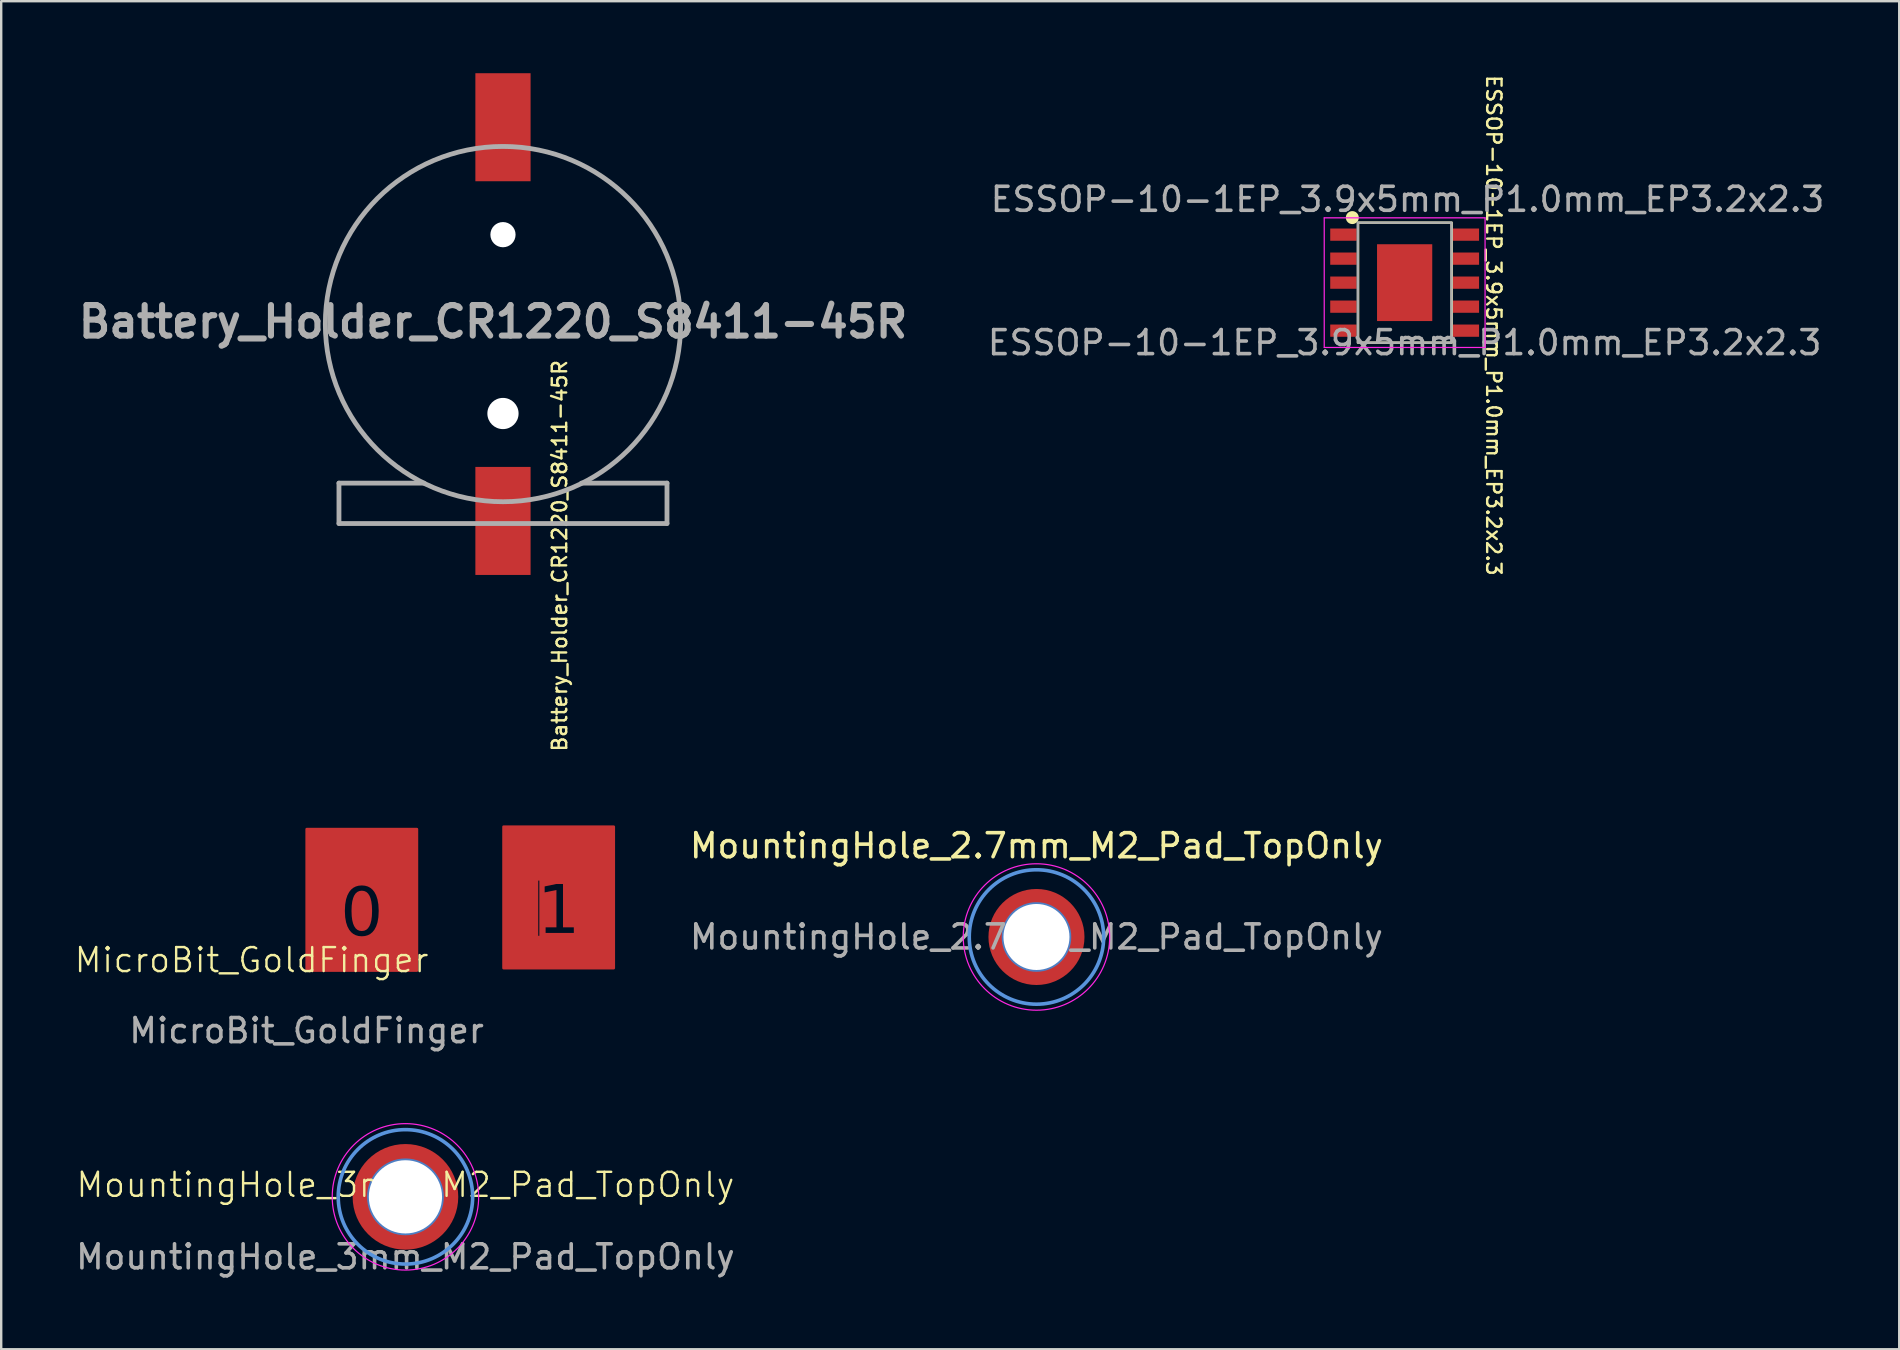
<source format=kicad_pcb>
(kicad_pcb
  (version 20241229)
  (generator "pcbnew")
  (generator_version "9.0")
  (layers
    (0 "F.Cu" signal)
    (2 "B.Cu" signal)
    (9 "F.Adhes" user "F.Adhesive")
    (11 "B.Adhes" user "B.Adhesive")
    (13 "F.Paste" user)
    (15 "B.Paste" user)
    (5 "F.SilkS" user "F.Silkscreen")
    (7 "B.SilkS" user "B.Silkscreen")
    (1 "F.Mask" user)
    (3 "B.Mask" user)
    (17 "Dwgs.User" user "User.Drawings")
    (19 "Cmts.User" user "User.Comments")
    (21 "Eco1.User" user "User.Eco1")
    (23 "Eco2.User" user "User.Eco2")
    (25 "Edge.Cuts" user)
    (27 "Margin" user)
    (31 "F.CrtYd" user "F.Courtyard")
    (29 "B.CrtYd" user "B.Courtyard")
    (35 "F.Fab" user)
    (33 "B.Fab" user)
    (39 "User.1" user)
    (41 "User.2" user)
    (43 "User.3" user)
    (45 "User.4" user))
  (footprint "Battery_Holder_CR1220_S8411-45R"
    (layer "F.Cu")
    (at 17.902 10.45)
    (property "Reference" "Battery_Holder_CR1220_S8411-45R" (at 2.36 9.65 270) (layer "F.SilkS") (effects (font (size 0.6 0.6) (thickness 0.1))))
    (attr through_hole)
    (fp_line (start -6.832 6.625) (end -3.27 6.625) (stroke (width 0.1) (type solid)) (layer "F.SilkS"))
    (fp_line (start -6.832 8.307) (end -6.832 6.625) (stroke (width 0.1) (type solid)) (layer "F.SilkS"))
    (fp_line (start -6.832 8.307) (end -1.553 8.307) (stroke (width 0.1) (type solid)) (layer "F.SilkS"))
    (fp_line (start 6.832 6.625) (end 3.296 6.625) (stroke (width 0.1) (type solid)) (layer "F.SilkS"))
    (fp_line (start 6.832 8.307) (end 1.49 8.307) (stroke (width 0.1) (type solid)) (layer "F.SilkS"))
    (fp_line (start 6.832 8.307) (end 6.832 6.625) (stroke (width 0.1) (type solid)) (layer "F.SilkS"))
    (fp_arc (start -3.295295 6.625783) (mid -7.399998 0.000879) (end -3.29687 -6.625) (stroke (width 0.1) (type solid)) (layer "F.SilkS"))
    (fp_arc (start 3.295287 -6.625787) (mid 7.399995 -0.000884) (end 3.29687 6.625) (stroke (width 0.1) (type solid)) (layer "F.SilkS"))
    (fp_line (start -6.832 6.625) (end -6.832 8.307) (stroke (width 0.2) (type solid)) (layer "F.Fab"))
    (fp_line (start -6.832 8.307) (end 6.832 8.307) (stroke (width 0.2) (type solid)) (layer "F.Fab"))
    (fp_line (start -3.297 6.625) (end -6.832 6.625) (stroke (width 0.2) (type solid)) (layer "F.Fab"))
    (fp_line (start 6.832 6.625) (end 3.27 6.625) (stroke (width 0.2) (type solid)) (layer "F.Fab"))
    (fp_line (start 6.832 8.307) (end 6.832 6.625) (stroke (width 0.2) (type solid)) (layer "F.Fab"))
    (fp_circle (center 0 0) (end 0 7.4) (stroke (width 0.2) (type solid)) (fill no) (layer "F.Fab"))
    (fp_text user "${REFERENCE}" (at -0.412 -0.096 180) (layer "F.Fab") (effects (font (size 1.27 1.27) (thickness 0.254))))
    (pad "" np_thru_hole circle (at 0 -3.725) (size 1.05 1.05) (drill 1.05) (layers "*.Cu" "*.Mask"))
    (pad "" np_thru_hole circle (at 0 3.725) (size 1.3 1.3) (drill 1.3) (layers "*.Cu" "*.Mask"))
    (pad "1" smd rect (at 0 8.2) (size 2.3 4.5) (layers "F.Cu" "F.Mask" "F.Paste"))
    (pad "2" smd rect (at 0 -8.2) (size 2.3 4.5) (layers "F.Cu" "F.Mask" "F.Paste")))
  (footprint "MicroBit_GoldFinger"
    (layer "F.Cu")
    (at 9.721 37.383)
    (property "Reference" "MicroBit_GoldFinger" (at -2.29 -0.44 0) (unlocked yes) (layer "F.SilkS") (effects (font (size 1 1) (thickness 0.1))))
    (attr smd)
    (fp_text user "0" (at 2.3 -2.3 0) (unlocked yes) (layer "F.Cu" knockout) (effects (font (face "Arial") (size 2 2) (thickness 0.1))))
    (fp_text user "1" (at 10.5 -2.4 0) (unlocked yes) (layer "F.Cu" knockout) (effects (font (face "Arial") (size 2 2) (thickness 0.1))))
    (fp_text user "1" (at 10.5 -2.4 0) (unlocked yes) (layer "F.Mask" knockout) (effects (font (face "Arial") (size 2 2) (thickness 0.1))))
    (fp_text user "0" (at 2.3 -2.3 0) (unlocked yes) (layer "F.Mask" knockout) (effects (font (face "Arial") (size 2 2) (thickness 0.1))))
    (fp_text user "${REFERENCE}" (at 0 2.5 0) (unlocked yes) (layer "F.Fab") (effects (font (size 1 1) (thickness 0.15))))
    (pad "0" smd custom (at 2.3 -4.6) (size 0.15 0.15) (layers "F.Cu" "F.Mask") (options (anchor rect)) (primitives (gr_poly (pts (xy 2.3 4.6) (xy 2.3 -1.3) (xy -2.3 -1.3) (xy -2.3 0.9) (xy 0.8 0.9) (xy 0.8 3.3) (xy -0.9 3.3) (xy -0.9 0.9) (xy -2.3 0.9) (xy -2.3 4.6)) (width 0.1) (fill yes))))
    (pad "0" smd custom (at 10.5 -4.7) (size 0.15 0.15) (layers "F.Cu" "F.Mask") (options (anchor rect)) (primitives (gr_poly (pts (xy 2.3 4.6) (xy 2.3 -1.3) (xy -2.3 -1.3) (xy -2.3 0.9) (xy 0.8 0.9) (xy 0.8 3.3) (xy -0.9 3.3) (xy -0.9 0.9) (xy -2.3 0.9) (xy -2.3 4.6)) (width 0.1) (fill yes)))))
  (footprint "MountingHole_3mm_M2_Pad_TopOnly"
    (layer "F.Cu")
    (at 13.839 46.806)
    (property "Reference" "MountingHole_3mm_M2_Pad_TopOnly" (at 0 -0.5 0) (unlocked yes) (layer "F.SilkS") (effects (font (size 1 1) (thickness 0.1))))
    (attr smd)
    (fp_circle (center 0 0) (end 2.8 0) (stroke (width 0.15) (type solid)) (fill no) (layer "Cmts.User"))
    (fp_circle (center 0 0) (end 3.05 0) (stroke (width 0.05) (type solid)) (fill no) (layer "F.CrtYd"))
    (fp_text user "${REFERENCE}" (at 0 2.5 0) (unlocked yes) (layer "F.Fab") (effects (font (size 1 1) (thickness 0.15))))
    (pad "1" thru_hole circle (at 0 0) (size 3.2 3.2) (drill 3.05) (layers "*.Cu" "*.Mask"))
    (pad "1" connect circle (at 0 0) (size 4.4 4.4) (layers "F.Cu" "F.Mask")))
  (footprint "MountingHole_2.7mm_M2_Pad_TopOnly"
    (layer "F.Cu")
    (at 40.125 35.981)
    (property "Reference" "MountingHole_2.7mm_M2_Pad_TopOnly" (at 0 -3.8 0) (layer "F.SilkS") (effects (font (size 1 1) (thickness 0.15))))
    (attr exclude_from_pos_files exclude_from_bom)
    (fp_circle (center 0 0) (end 2.8 0) (stroke (width 0.15) (type solid)) (fill no) (layer "Cmts.User"))
    (fp_circle (center 0 0) (end 3.05 0) (stroke (width 0.05) (type solid)) (fill no) (layer "F.CrtYd"))
    (fp_text user "${REFERENCE}" (at 0 0 0) (layer "F.Fab") (effects (font (size 1 1) (thickness 0.15))))
    (pad "1" thru_hole circle (at 0 0) (size 2.9 2.9) (drill 2.75) (layers "*.Cu" "*.Mask"))
    (pad "1" connect circle (at 0 0) (size 4 4) (layers "F.Cu" "F.Mask")))
  (footprint "ESSOP-10-1EP_3.9x5mm_P1.0mm_EP3.2x2.3"
    (layer "F.Cu")
    (at 55.462 8.724)
    (property "Reference" "ESSOP-10-1EP_3.9x5mm_P1.0mm_EP3.2x2.3" (at 3.71 1.78 270) (unlocked yes) (layer "F.SilkS") (effects (font (size 0.6 0.6) (thickness 0.1))))
    (attr smd)
    (fp_rect (start -1.94 -2.5) (end 1.96 2.5) (stroke (width 0.1) (type default)) (fill no) (layer "F.SilkS"))
    (fp_circle (center -2.18 -2.71) (end -1.96 -2.71) (stroke (width 0.1) (type solid)) (fill yes) (layer "F.SilkS"))
    (fp_line (start -3.35 -2.7) (end -3.35 2.7) (stroke (width 0.05) (type solid)) (layer "F.CrtYd"))
    (fp_line (start -3.35 -2.7) (end 3.35 -2.7) (stroke (width 0.05) (type solid)) (layer "F.CrtYd"))
    (fp_line (start -3.35 2.7) (end 3.35 2.7) (stroke (width 0.05) (type solid)) (layer "F.CrtYd"))
    (fp_line (start 3.35 -2.7) (end 3.35 2.7) (stroke (width 0.05) (type solid)) (layer "F.CrtYd"))
    (fp_rect (start -1.95 -2.5) (end 1.95 2.5) (stroke (width 0.1) (type default)) (fill no) (layer "F.Fab"))
    (fp_text user "${REFERENCE}" (at 0.12 -3.47 0) (layer "F.Fab") (effects (font (size 1 1) (thickness 0.15))))
    (fp_text user "${REFERENCE}" (at 0 2.5 0) (unlocked yes) (layer "F.Fab") (effects (font (size 1 1) (thickness 0.15))))
    (pad "0" smd rect (at 0 0) (size 2.3 3.2) (layers "F.Cu" "F.Mask" "F.Paste"))
    (pad "1" smd rect (at -2.55 -2) (size 1.1 0.51) (layers "F.Cu" "F.Mask" "F.Paste"))
    (pad "2" smd rect (at -2.55 -1) (size 1.1 0.51) (layers "F.Cu" "F.Mask" "F.Paste"))
    (pad "3" smd rect (at -2.55 0) (size 1.1 0.51) (layers "F.Cu" "F.Mask" "F.Paste"))
    (pad "4" smd rect (at -2.55 1) (size 1.1 0.51) (layers "F.Cu" "F.Mask" "F.Paste"))
    (pad "5" smd rect (at -2.55 2) (size 1.1 0.51) (layers "F.Cu" "F.Mask" "F.Paste"))
    (pad "6" smd rect (at 2.55 2) (size 1.1 0.51) (layers "F.Cu" "F.Mask" "F.Paste"))
    (pad "7" smd rect (at 2.55 1) (size 1.1 0.51) (layers "F.Cu" "F.Mask" "F.Paste"))
    (pad "8" smd rect (at 2.55 0) (size 1.1 0.51) (layers "F.Cu" "F.Mask" "F.Paste"))
    (pad "9" smd rect (at 2.55 -1) (size 1.1 0.51) (layers "F.Cu" "F.Mask" "F.Paste"))
    (pad "10" smd rect (at 2.55 -2) (size 1.1 0.51) (layers "F.Cu" "F.Mask" "F.Paste")))
  (gr_rect
    (start -3 -3)
    (end 76.064 53.154)
    (stroke (width 0.1) (type default))
    (fill no)
    (layer "Edge.Cuts")))
</source>
